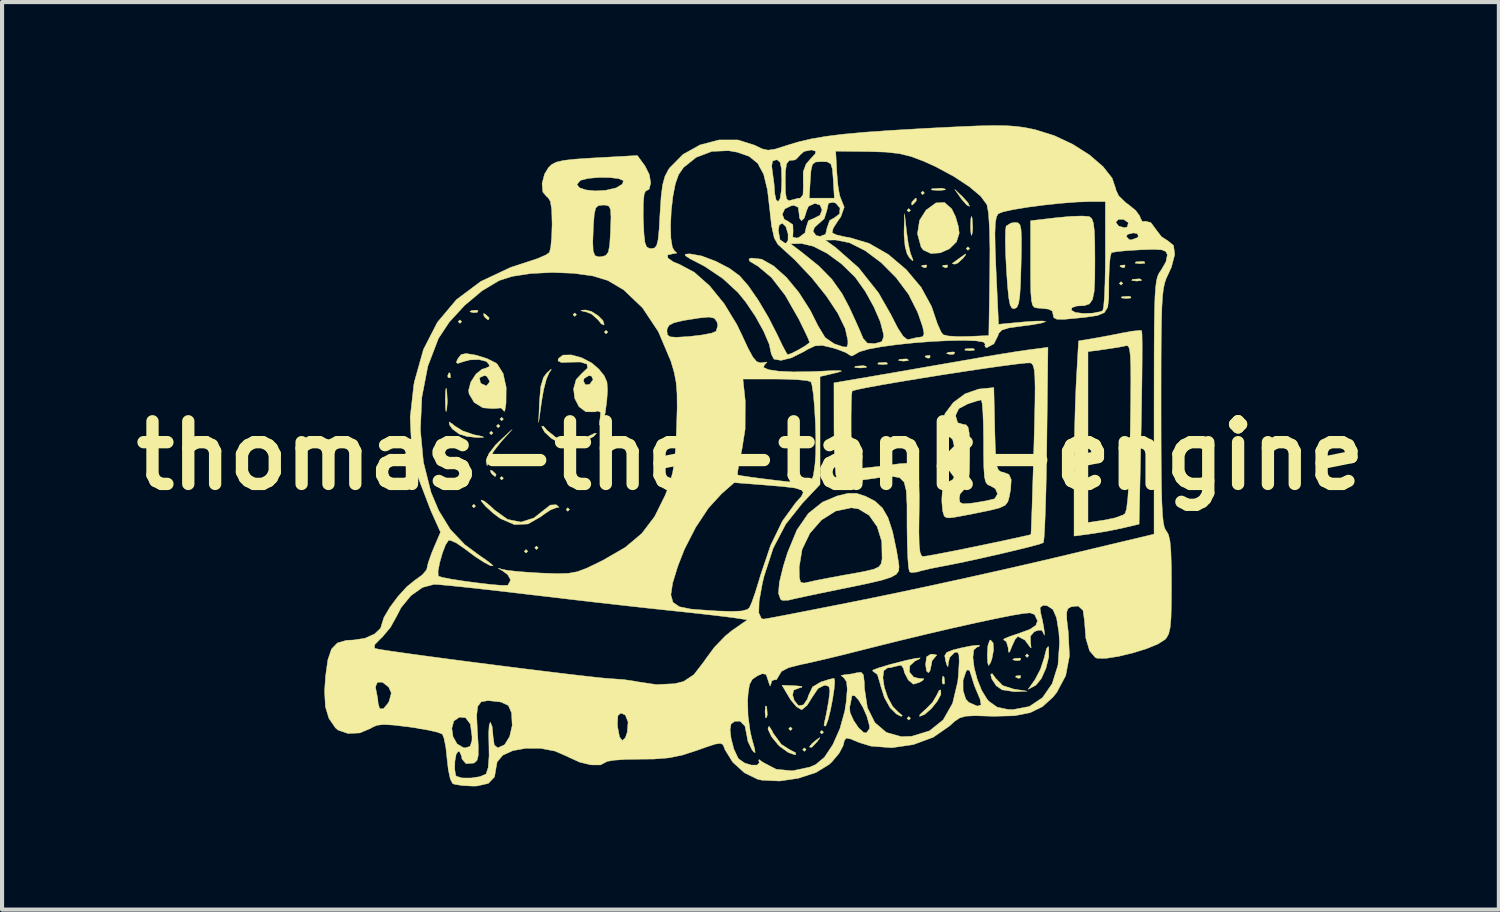
<source format=kicad_pcb>
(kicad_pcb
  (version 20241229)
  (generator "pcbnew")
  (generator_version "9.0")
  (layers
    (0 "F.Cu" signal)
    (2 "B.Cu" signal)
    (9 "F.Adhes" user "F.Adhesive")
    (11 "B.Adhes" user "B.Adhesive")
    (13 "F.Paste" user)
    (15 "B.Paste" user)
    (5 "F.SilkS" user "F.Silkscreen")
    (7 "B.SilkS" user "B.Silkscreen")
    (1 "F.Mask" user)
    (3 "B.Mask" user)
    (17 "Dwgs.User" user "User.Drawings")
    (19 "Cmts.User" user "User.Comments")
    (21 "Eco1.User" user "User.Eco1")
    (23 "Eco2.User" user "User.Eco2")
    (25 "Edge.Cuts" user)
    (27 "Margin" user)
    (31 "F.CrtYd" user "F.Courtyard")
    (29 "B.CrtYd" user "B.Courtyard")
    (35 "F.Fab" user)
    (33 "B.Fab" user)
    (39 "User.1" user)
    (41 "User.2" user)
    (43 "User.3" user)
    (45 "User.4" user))
  (footprint "thomas-the-tank-engine"
    (layer "F.Cu")
    (at 15.211 8.036)
    (property "Reference" "thomas-the-tank-engine" (at 0 0 0) (layer "F.SilkS") (effects (font (size 1.524 1.524) (thickness 0.3))))
    (attr through_hole)
    (fp_poly (pts (xy -7.027 -3.26) (xy -7.07 -3.217) (xy -7.112 -3.26) (xy -7.07 -3.302) (xy -7.027 -3.26)) (stroke (width 0.01) (type solid)) (fill yes) (layer "F.SilkS"))
    (fp_poly (pts (xy -6.689 1.228) (xy -6.731 1.27) (xy -6.773 1.228) (xy -6.731 1.185) (xy -6.689 1.228)) (stroke (width 0.01) (type solid)) (fill yes) (layer "F.SilkS"))
    (fp_poly (pts (xy -6.265 -0.55) (xy -6.308 -0.508) (xy -6.35 -0.55) (xy -6.308 -0.593) (xy -6.265 -0.55)) (stroke (width 0.01) (type solid)) (fill yes) (layer "F.SilkS"))
    (fp_poly (pts (xy -6.096 -0.72) (xy -6.138 -0.677) (xy -6.181 -0.72) (xy -6.138 -0.762) (xy -6.096 -0.72)) (stroke (width 0.01) (type solid)) (fill yes) (layer "F.SilkS"))
    (fp_poly (pts (xy -6.011 -0.889) (xy -6.054 -0.847) (xy -6.096 -0.889) (xy -6.054 -0.931) (xy -6.011 -0.889)) (stroke (width 0.01) (type solid)) (fill yes) (layer "F.SilkS"))
    (fp_poly (pts (xy -6.011 0.55) (xy -6.054 0.593) (xy -6.096 0.55) (xy -6.054 0.508) (xy -6.011 0.55)) (stroke (width 0.01) (type solid)) (fill yes) (layer "F.SilkS"))
    (fp_poly (pts (xy -5.419 2.328) (xy -5.461 2.371) (xy -5.503 2.328) (xy -5.461 2.286) (xy -5.419 2.328)) (stroke (width 0.01) (type solid)) (fill yes) (layer "F.SilkS"))
    (fp_poly (pts (xy -5.165 2.244) (xy -5.207 2.286) (xy -5.249 2.244) (xy -5.207 2.201) (xy -5.165 2.244)) (stroke (width 0.01) (type solid)) (fill yes) (layer "F.SilkS"))
    (fp_poly (pts (xy -4.403 1.312) (xy -4.445 1.355) (xy -4.487 1.312) (xy -4.445 1.27) (xy -4.403 1.312)) (stroke (width 0.01) (type solid)) (fill yes) (layer "F.SilkS"))
    (fp_poly (pts (xy -4.233 -3.429) (xy -4.276 -3.387) (xy -4.318 -3.429) (xy -4.276 -3.471) (xy -4.233 -3.429)) (stroke (width 0.01) (type solid)) (fill yes) (layer "F.SilkS"))
    (fp_poly (pts (xy -3.471 -3.006) (xy -3.514 -2.963) (xy -3.556 -3.006) (xy -3.514 -3.048) (xy -3.471 -3.006)) (stroke (width 0.01) (type solid)) (fill yes) (layer "F.SilkS"))
    (fp_poly (pts (xy 1.016 6.646) (xy 0.974 6.689) (xy 0.931 6.646) (xy 0.974 6.604) (xy 1.016 6.646)) (stroke (width 0.01) (type solid)) (fill yes) (layer "F.SilkS"))
    (fp_poly (pts (xy 1.355 7.154) (xy 1.312 7.197) (xy 1.27 7.154) (xy 1.312 7.112) (xy 1.355 7.154)) (stroke (width 0.01) (type solid)) (fill yes) (layer "F.SilkS"))
    (fp_poly (pts (xy 1.778 6.731) (xy 1.736 6.773) (xy 1.693 6.731) (xy 1.736 6.689) (xy 1.778 6.731)) (stroke (width 0.01) (type solid)) (fill yes) (layer "F.SilkS"))
    (fp_poly (pts (xy 3.895 -5.969) (xy 3.852 -5.927) (xy 3.81 -5.969) (xy 3.852 -6.011) (xy 3.895 -5.969)) (stroke (width 0.01) (type solid)) (fill yes) (layer "F.SilkS"))
    (fp_poly (pts (xy 3.895 6.392) (xy 3.852 6.435) (xy 3.81 6.392) (xy 3.852 6.35) (xy 3.895 6.392)) (stroke (width 0.01) (type solid)) (fill yes) (layer "F.SilkS"))
    (fp_poly (pts (xy 4.233 -6.392) (xy 4.191 -6.35) (xy 4.149 -6.392) (xy 4.191 -6.435) (xy 4.233 -6.392)) (stroke (width 0.01) (type solid)) (fill yes) (layer "F.SilkS"))
    (fp_poly (pts (xy 5.334 -5.038) (xy 5.292 -4.995) (xy 5.249 -5.038) (xy 5.292 -5.08) (xy 5.334 -5.038)) (stroke (width 0.01) (type solid)) (fill yes) (layer "F.SilkS"))
    (fp_poly (pts (xy 6.773 4.868) (xy 6.731 4.911) (xy 6.689 4.868) (xy 6.731 4.826) (xy 6.773 4.868)) (stroke (width 0.01) (type solid)) (fill yes) (layer "F.SilkS"))
    (fp_poly (pts (xy 9.059 -4.191) (xy 9.017 -4.149) (xy 8.975 -4.191) (xy 9.017 -4.233) (xy 9.059 -4.191)) (stroke (width 0.01) (type solid)) (fill yes) (layer "F.SilkS"))
    (fp_poly (pts (xy -7.31 -2.004) (xy -7.299 -1.903) (xy -7.31 -1.891) (xy -7.36 -1.903) (xy -7.366 -1.947) (xy -7.335 -2.017) (xy -7.31 -2.004)) (stroke (width 0.01) (type solid)) (fill yes) (layer "F.SilkS"))
    (fp_poly (pts (xy -6.627 -3.522) (xy -6.652 -3.484) (xy -6.738 -3.478) (xy -6.828 -3.499) (xy -6.789 -3.529) (xy -6.657 -3.539) (xy -6.627 -3.522)) (stroke (width 0.01) (type solid)) (fill yes) (layer "F.SilkS"))
    (fp_poly (pts (xy 3.323 -2.257) (xy 3.334 -2.227) (xy 3.217 -2.215) (xy 3.097 -2.228) (xy 3.111 -2.257) (xy 3.285 -2.269) (xy 3.323 -2.257)) (stroke (width 0.01) (type solid)) (fill yes) (layer "F.SilkS"))
    (fp_poly (pts (xy 3.831 -2.342) (xy 3.842 -2.311) (xy 3.725 -2.299) (xy 3.605 -2.313) (xy 3.619 -2.342) (xy 3.793 -2.353) (xy 3.831 -2.342)) (stroke (width 0.01) (type solid)) (fill yes) (layer "F.SilkS"))
    (fp_poly (pts (xy 4.29 -4.628) (xy 4.278 -4.578) (xy 4.233 -4.572) (xy 4.164 -4.603) (xy 4.177 -4.628) (xy 4.277 -4.639) (xy 4.29 -4.628)) (stroke (width 0.01) (type solid)) (fill yes) (layer "F.SilkS"))
    (fp_poly (pts (xy 4.374 -2.427) (xy 4.363 -2.377) (xy 4.318 -2.371) (xy 4.248 -2.402) (xy 4.262 -2.427) (xy 4.362 -2.437) (xy 4.374 -2.427)) (stroke (width 0.01) (type solid)) (fill yes) (layer "F.SilkS"))
    (fp_poly (pts (xy 4.715 5.403) (xy 4.725 5.535) (xy 4.708 5.565) (xy 4.669 5.54) (xy 4.663 5.454) (xy 4.684 5.364) (xy 4.715 5.403)) (stroke (width 0.01) (type solid)) (fill yes) (layer "F.SilkS"))
    (fp_poly (pts (xy 4.798 -4.628) (xy 4.786 -4.578) (xy 4.741 -4.572) (xy 4.672 -4.603) (xy 4.685 -4.628) (xy 4.785 -4.639) (xy 4.798 -4.628)) (stroke (width 0.01) (type solid)) (fill yes) (layer "F.SilkS"))
    (fp_poly (pts (xy 4.972 -2.506) (xy 4.947 -2.468) (xy 4.861 -2.462) (xy 4.771 -2.483) (xy 4.81 -2.513) (xy 4.942 -2.523) (xy 4.972 -2.506)) (stroke (width 0.01) (type solid)) (fill yes) (layer "F.SilkS"))
    (fp_poly (pts (xy 5.44 -2.596) (xy 5.45 -2.565) (xy 5.334 -2.553) (xy 5.214 -2.567) (xy 5.228 -2.596) (xy 5.402 -2.607) (xy 5.44 -2.596)) (stroke (width 0.01) (type solid)) (fill yes) (layer "F.SilkS"))
    (fp_poly (pts (xy 6.576 5.362) (xy 6.564 5.413) (xy 6.519 5.419) (xy 6.45 5.388) (xy 6.463 5.362) (xy 6.563 5.352) (xy 6.576 5.362)) (stroke (width 0.01) (type solid)) (fill yes) (layer "F.SilkS"))
    (fp_poly (pts (xy 6.581 4.944) (xy 6.556 4.983) (xy 6.47 4.989) (xy 6.38 4.968) (xy 6.419 4.937) (xy 6.551 4.927) (xy 6.581 4.944)) (stroke (width 0.01) (type solid)) (fill yes) (layer "F.SilkS"))
    (fp_poly (pts (xy 9.116 -4.628) (xy 9.104 -4.578) (xy 9.059 -4.572) (xy 8.99 -4.603) (xy 9.003 -4.628) (xy 9.103 -4.639) (xy 9.116 -4.628)) (stroke (width 0.01) (type solid)) (fill yes) (layer "F.SilkS"))
    (fp_poly (pts (xy 9.25 -3.866) (xy 9.26 -3.835) (xy 9.144 -3.823) (xy 9.024 -3.837) (xy 9.038 -3.866) (xy 9.212 -3.877) (xy 9.25 -3.866)) (stroke (width 0.01) (type solid)) (fill yes) (layer "F.SilkS"))
    (fp_poly (pts (xy 9.504 -4.289) (xy 9.514 -4.259) (xy 9.398 -4.247) (xy 9.278 -4.26) (xy 9.292 -4.289) (xy 9.466 -4.301) (xy 9.504 -4.289)) (stroke (width 0.01) (type solid)) (fill yes) (layer "F.SilkS"))
    (fp_poly (pts (xy 9.588 -4.713) (xy 9.599 -4.682) (xy 9.483 -4.67) (xy 9.362 -4.683) (xy 9.377 -4.713) (xy 9.55 -4.724) (xy 9.588 -4.713)) (stroke (width 0.01) (type solid)) (fill yes) (layer "F.SilkS"))
    (fp_poly (pts (xy -6.448 -3.437) (xy -6.357 -3.352) (xy -6.376 -3.303) (xy -6.387 -3.302) (xy -6.459 -3.362) (xy -6.485 -3.4) (xy -6.495 -3.458) (xy -6.448 -3.437)) (stroke (width 0.01) (type solid)) (fill yes) (layer "F.SilkS"))
    (fp_poly (pts (xy -6.278 0.373) (xy -6.188 0.458) (xy -6.206 0.507) (xy -6.218 0.508) (xy -6.29 0.448) (xy -6.316 0.41) (xy -6.326 0.352) (xy -6.278 0.373)) (stroke (width 0.01) (type solid)) (fill yes) (layer "F.SilkS"))
    (fp_poly (pts (xy -7.39 -1.587) (xy -7.376 -1.314) (xy -7.39 -1.122) (xy -7.408 -1.069) (xy -7.421 -1.165) (xy -7.425 -1.355) (xy -7.42 -1.564) (xy -7.406 -1.642) (xy -7.39 -1.587)) (stroke (width 0.01) (type solid)) (fill yes) (layer "F.SilkS"))
    (fp_poly (pts (xy 0.393 6.104) (xy 0.397 6.119) (xy 0.41 6.303) (xy 0.394 6.373) (xy 0.366 6.376) (xy 0.355 6.243) (xy 0.355 6.223) (xy 0.367 6.092) (xy 0.393 6.104)) (stroke (width 0.01) (type solid)) (fill yes) (layer "F.SilkS"))
    (fp_poly (pts (xy 1.667 6.902) (xy 1.619 6.964) (xy 1.496 7.095) (xy 1.441 7.095) (xy 1.439 7.08) (xy 1.497 7.009) (xy 1.587 6.932) (xy 1.688 6.859) (xy 1.667 6.902)) (stroke (width 0.01) (type solid)) (fill yes) (layer "F.SilkS"))
    (fp_poly (pts (xy 2.817 -2.172) (xy 2.82 -2.144) (xy 2.687 -2.133) (xy 2.667 -2.133) (xy 2.536 -2.145) (xy 2.548 -2.171) (xy 2.563 -2.175) (xy 2.747 -2.188) (xy 2.817 -2.172)) (stroke (width 0.01) (type solid)) (fill yes) (layer "F.SilkS"))
    (fp_poly (pts (xy 4.037 -6.211) (xy 4.022 -6.181) (xy 3.942 -6.1) (xy 3.927 -6.096) (xy 3.921 -6.151) (xy 3.937 -6.181) (xy 4.017 -6.262) (xy 4.032 -6.265) (xy 4.037 -6.211)) (stroke (width 0.01) (type solid)) (fill yes) (layer "F.SilkS"))
    (fp_poly (pts (xy 4.72 -6.493) (xy 4.747 -6.468) (xy 4.629 -6.455) (xy 4.572 -6.454) (xy 4.418 -6.463) (xy 4.4 -6.485) (xy 4.424 -6.493) (xy 4.639 -6.506) (xy 4.72 -6.493)) (stroke (width 0.01) (type solid)) (fill yes) (layer "F.SilkS"))
    (fp_poly (pts (xy 5.169 -6.289) (xy 5.294 -6.151) (xy 5.331 -6.067) (xy 5.329 -6.064) (xy 5.261 -6.1) (xy 5.144 -6.234) (xy 5.131 -6.252) (xy 4.971 -6.477) (xy 5.169 -6.289)) (stroke (width 0.01) (type solid)) (fill yes) (layer "F.SilkS"))
    (fp_poly (pts (xy 5.394 -5.779) (xy 5.408 -5.532) (xy 5.394 -5.397) (xy 5.373 -5.357) (xy 5.36 -5.464) (xy 5.357 -5.588) (xy 5.364 -5.771) (xy 5.381 -5.821) (xy 5.394 -5.779)) (stroke (width 0.01) (type solid)) (fill yes) (layer "F.SilkS"))
    (fp_poly (pts (xy 5.232 -4.879) (xy 5.175 -4.805) (xy 5.046 -4.686) (xy 4.971 -4.657) (xy 4.911 -4.673) (xy 4.918 -4.681) (xy 5.006 -4.744) (xy 5.122 -4.829) (xy 5.237 -4.908) (xy 5.232 -4.879)) (stroke (width 0.01) (type solid)) (fill yes) (layer "F.SilkS"))
    (fp_poly (pts (xy 5.905 4.558) (xy 5.916 4.731) (xy 5.875 4.948) (xy 5.842 5.038) (xy 5.796 5.109) (xy 5.772 5.04) (xy 5.763 4.847) (xy 5.777 4.627) (xy 5.82 4.5) (xy 5.842 4.487) (xy 5.905 4.558)) (stroke (width 0.01) (type solid)) (fill yes) (layer "F.SilkS"))
    (fp_poly (pts (xy -6.067 -0.339) (xy -6.237 -0.124) (xy -6.353 0.07) (xy -6.374 0.127) (xy -6.407 0.247) (xy -6.42 0.199) (xy -6.425 0.122) (xy -6.368 -0.043) (xy -6.206 -0.255) (xy -6.117 -0.343) (xy -5.8 -0.635) (xy -6.067 -0.339)) (stroke (width 0.01) (type solid)) (fill yes) (layer "F.SilkS"))
    (fp_poly (pts (xy -4.854 -2.079) (xy -4.898 -2.018) (xy -4.966 -1.862) (xy -5.034 -1.6) (xy -5.079 -1.341) (xy -5.155 -0.804) (xy -5.133 -1.336) (xy -5.102 -1.683) (xy -5.035 -1.904) (xy -4.952 -2.013) (xy -4.848 -2.104) (xy -4.854 -2.079)) (stroke (width 0.01) (type solid)) (fill yes) (layer "F.SilkS"))
    (fp_poly (pts (xy 5.959 5.409) (xy 5.965 5.419) (xy 6.139 5.597) (xy 6.406 5.682) (xy 6.731 5.733) (xy 6.427 5.745) (xy 6.125 5.7) (xy 5.982 5.603) (xy 5.874 5.436) (xy 5.845 5.327) (xy 5.88 5.303) (xy 5.959 5.409)) (stroke (width 0.01) (type solid)) (fill yes) (layer "F.SilkS"))
    (fp_poly (pts (xy -3.869 -3.507) (xy -3.709 -3.406) (xy -3.589 -3.286) (xy -3.559 -3.189) (xy -3.567 -3.178) (xy -3.634 -3.209) (xy -3.704 -3.3) (xy -3.865 -3.444) (xy -3.997 -3.496) (xy -4.126 -3.524) (xy -4.093 -3.538) (xy -4.014 -3.544) (xy -3.869 -3.507)) (stroke (width 0.01) (type solid)) (fill yes) (layer "F.SilkS"))
    (fp_poly (pts (xy 3.802 -5.419) (xy 3.843 -5.14) (xy 3.892 -4.924) (xy 3.922 -4.847) (xy 3.958 -4.754) (xy 3.945 -4.741) (xy 3.875 -4.806) (xy 3.813 -4.905) (xy 3.763 -5.086) (xy 3.738 -5.354) (xy 3.738 -5.477) (xy 3.75 -5.884) (xy 3.802 -5.419)) (stroke (width 0.01) (type solid)) (fill yes) (layer "F.SilkS"))
    (fp_poly (pts (xy 4.535 4.853) (xy 4.508 4.882) (xy 4.419 4.992) (xy 4.403 5.082) (xy 4.369 5.236) (xy 4.332 5.283) (xy 4.283 5.242) (xy 4.262 5.084) (xy 4.262 5.076) (xy 4.287 4.895) (xy 4.384 4.834) (xy 4.438 4.833) (xy 4.535 4.853)) (stroke (width 0.01) (type solid)) (fill yes) (layer "F.SilkS"))
    (fp_poly (pts (xy 4.634 5.811) (xy 4.545 5.978) (xy 4.402 6.156) (xy 4.243 6.295) (xy 4.116 6.347) (xy 4.122 6.305) (xy 4.234 6.198) (xy 4.259 6.178) (xy 4.431 6.004) (xy 4.532 5.833) (xy 4.591 5.713) (xy 4.629 5.701) (xy 4.634 5.811)) (stroke (width 0.01) (type solid)) (fill yes) (layer "F.SilkS"))
    (fp_poly (pts (xy 7.258 4.671) (xy 7.258 4.899) (xy 7.191 5.173) (xy 7.079 5.424) (xy 6.948 5.584) (xy 6.932 5.594) (xy 6.758 5.687) (xy 6.927 5.447) (xy 7.057 5.198) (xy 7.153 4.905) (xy 7.16 4.868) (xy 7.206 4.693) (xy 7.246 4.645) (xy 7.258 4.671)) (stroke (width 0.01) (type solid)) (fill yes) (layer "F.SilkS"))
    (fp_poly (pts (xy -7.257 -0.773) (xy -7.2 -0.723) (xy -6.999 -0.6) (xy -6.738 -0.51) (xy -6.71 -0.504) (xy -6.521 -0.465) (xy -6.491 -0.446) (xy -6.61 -0.439) (xy -6.646 -0.439) (xy -6.9 -0.466) (xy -7.086 -0.524) (xy -7.253 -0.647) (xy -7.322 -0.747) (xy -7.334 -0.819) (xy -7.257 -0.773)) (stroke (width 0.01) (type solid)) (fill yes) (layer "F.SilkS"))
    (fp_poly (pts (xy 0.523 6.693) (xy 0.551 6.755) (xy 0.752 7.027) (xy 0.95 7.154) (xy 1.102 7.234) (xy 1.104 7.275) (xy 1.073 7.278) (xy 0.918 7.223) (xy 0.723 7.083) (xy 0.671 7.034) (xy 0.514 6.841) (xy 0.431 6.668) (xy 0.427 6.632) (xy 0.453 6.586) (xy 0.523 6.693)) (stroke (width 0.01) (type solid)) (fill yes) (layer "F.SilkS"))
    (fp_poly (pts (xy 4.897 -6.003) (xy 4.99 -5.814) (xy 5.057 -5.583) (xy 5.08 -5.413) (xy 5.013 -5.199) (xy 4.843 -5.033) (xy 4.62 -4.933) (xy 4.391 -4.917) (xy 4.206 -5.003) (xy 4.152 -5.074) (xy 4.064 -5.397) (xy 4.115 -5.725) (xy 4.272 -5.973) (xy 4.514 -6.149) (xy 4.723 -6.159) (xy 4.897 -6.003)) (stroke (width 0.01) (type solid)) (fill yes) (layer "F.SilkS"))
    (fp_poly (pts (xy -4.951 -0.615) (xy -4.733 -0.439) (xy -4.43 -0.367) (xy -4.101 -0.406) (xy -3.963 -0.461) (xy -3.791 -0.542) (xy -3.747 -0.545) (xy -3.813 -0.469) (xy -3.816 -0.466) (xy -4.008 -0.359) (xy -4.281 -0.293) (xy -4.547 -0.285) (xy -4.657 -0.31) (xy -4.847 -0.422) (xy -5.008 -0.572) (xy -5.08 -0.704) (xy -5.08 -0.709) (xy -5.041 -0.718) (xy -4.951 -0.615)) (stroke (width 0.01) (type solid)) (fill yes) (layer "F.SilkS"))
    (fp_poly (pts (xy -6.477 1.109) (xy -6.326 1.231) (xy -6.229 1.324) (xy -5.909 1.553) (xy -5.585 1.618) (xy -5.269 1.518) (xy -5.079 1.367) (xy -4.871 1.204) (xy -4.727 1.196) (xy -4.726 1.197) (xy -4.658 1.256) (xy -4.729 1.269) (xy -4.865 1.321) (xy -5.053 1.448) (xy -5.095 1.482) (xy -5.413 1.664) (xy -5.742 1.68) (xy -6.089 1.53) (xy -6.253 1.407) (xy -6.437 1.241) (xy -6.543 1.119) (xy -6.555 1.08) (xy -6.477 1.109)) (stroke (width 0.01) (type solid)) (fill yes) (layer "F.SilkS"))
    (fp_poly (pts (xy 6.512 -5.663) (xy 6.558 -5.616) (xy 6.584 -5.504) (xy 6.594 -5.298) (xy 6.592 -4.972) (xy 6.585 -4.637) (xy 6.572 -4.193) (xy 6.554 -3.892) (xy 6.526 -3.706) (xy 6.484 -3.61) (xy 6.426 -3.574) (xy 6.425 -3.574) (xy 6.365 -3.585) (xy 6.32 -3.661) (xy 6.286 -3.83) (xy 6.257 -4.116) (xy 6.229 -4.524) (xy 6.209 -4.918) (xy 6.202 -5.252) (xy 6.207 -5.488) (xy 6.222 -5.586) (xy 6.342 -5.659) (xy 6.442 -5.673) (xy 6.512 -5.663)) (stroke (width 0.01) (type solid)) (fill yes) (layer "F.SilkS"))
    (fp_poly (pts (xy -4.108 -2.382) (xy -3.862 -2.253) (xy -3.694 -2.109) (xy -3.557 -1.94) (xy -3.491 -1.787) (xy -3.478 -1.585) (xy -3.496 -1.332) (xy -3.533 -1.048) (xy -3.583 -0.831) (xy -3.623 -0.746) (xy -3.672 -0.745) (xy -3.661 -0.892) (xy -3.646 -1.05) (xy -3.71 -1.085) (xy -3.794 -1.063) (xy -4.007 -1.066) (xy -4.172 -1.19) (xy -4.276 -1.392) (xy -4.304 -1.626) (xy -4.252 -1.813) (xy -4.064 -1.813) (xy -4.015 -1.721) (xy -3.913 -1.735) (xy -3.829 -1.847) (xy -3.866 -1.933) (xy -3.93 -1.947) (xy -4.047 -1.879) (xy -4.064 -1.813) (xy -4.252 -1.813) (xy -4.242 -1.85) (xy -4.102 -2) (xy -3.963 -2.131) (xy -3.979 -2.227) (xy -4.14 -2.277) (xy -4.385 -2.273) (xy -4.601 -2.265) (xy -4.682 -2.304) (xy -4.676 -2.358) (xy -4.563 -2.446) (xy -4.357 -2.45) (xy -4.108 -2.382)) (stroke (width 0.01) (type solid)) (fill yes) (layer "F.SilkS"))
    (fp_poly (pts (xy 2.051 5.492) (xy 2.036 5.68) (xy 1.998 5.932) (xy 1.946 6.197) (xy 1.889 6.425) (xy 1.836 6.567) (xy 1.823 6.584) (xy 1.789 6.569) (xy 1.804 6.477) (xy 1.846 6.286) (xy 1.894 6.022) (xy 1.906 5.948) (xy 1.932 5.722) (xy 1.908 5.617) (xy 1.821 5.588) (xy 1.801 5.588) (xy 1.644 5.667) (xy 1.499 5.884) (xy 1.38 6.075) (xy 1.261 6.176) (xy 1.237 6.181) (xy 1.122 6.113) (xy 0.982 5.946) (xy 0.943 5.884) (xy 0.768 5.588) (xy 1.082 5.6) (xy 1.248 5.614) (xy 1.254 5.636) (xy 1.206 5.648) (xy 1.052 5.706) (xy 1.026 5.827) (xy 1.067 5.962) (xy 1.169 6.085) (xy 1.29 6.066) (xy 1.389 5.92) (xy 1.409 5.847) (xy 1.512 5.628) (xy 1.716 5.508) (xy 1.912 5.446) (xy 2.033 5.419) (xy 2.034 5.419) (xy 2.051 5.492)) (stroke (width 0.01) (type solid)) (fill yes) (layer "F.SilkS"))
    (fp_poly (pts (xy 4.101 4.954) (xy 4.007 4.996) (xy 3.877 5.114) (xy 3.869 5.267) (xy 3.97 5.389) (xy 4.095 5.421) (xy 4.221 5.43) (xy 4.189 5.473) (xy 4.114 5.518) (xy 3.964 5.563) (xy 3.845 5.465) (xy 3.839 5.457) (xy 3.747 5.281) (xy 3.725 5.182) (xy 3.669 5.101) (xy 3.591 5.113) (xy 3.401 5.16) (xy 3.337 5.165) (xy 3.245 5.232) (xy 3.222 5.403) (xy 3.257 5.635) (xy 3.34 5.883) (xy 3.459 6.102) (xy 3.603 6.249) (xy 3.612 6.254) (xy 3.695 6.325) (xy 3.668 6.347) (xy 3.552 6.288) (xy 3.404 6.141) (xy 3.392 6.126) (xy 3.258 5.885) (xy 3.168 5.601) (xy 3.163 5.575) (xy 3.089 5.327) (xy 2.974 5.242) (xy 2.98 5.219) (xy 3.122 5.165) (xy 3.369 5.091) (xy 3.429 5.074) (xy 3.782 4.984) (xy 4.02 4.933) (xy 4.131 4.922) (xy 4.101 4.954)) (stroke (width 0.01) (type solid)) (fill yes) (layer "F.SilkS"))
    (fp_poly (pts (xy -6.699 -2.448) (xy -6.67 -2.442) (xy -6.409 -2.36) (xy -6.201 -2.257) (xy -6.162 -2.227) (xy -6.019 -1.999) (xy -5.944 -1.662) (xy -5.948 -1.269) (xy -5.949 -1.264) (xy -5.975 -1.104) (xy -5.995 -1.071) (xy -5.998 -1.086) (xy -6.067 -1.159) (xy -6.26 -1.144) (xy -6.509 -1.162) (xy -6.724 -1.295) (xy -6.847 -1.502) (xy -6.858 -1.59) (xy -6.806 -1.788) (xy -6.736 -1.896) (xy -6.594 -1.896) (xy -6.573 -1.779) (xy -6.548 -1.75) (xy -6.424 -1.696) (xy -6.353 -1.784) (xy -6.35 -1.82) (xy -6.418 -1.933) (xy -6.477 -1.947) (xy -6.594 -1.896) (xy -6.736 -1.896) (xy -6.682 -1.98) (xy -6.533 -2.102) (xy -6.472 -2.117) (xy -6.363 -2.163) (xy -6.35 -2.2) (xy -6.423 -2.29) (xy -6.602 -2.336) (xy -6.827 -2.329) (xy -6.969 -2.292) (xy -7.126 -2.241) (xy -7.158 -2.272) (xy -7.116 -2.363) (xy -7.04 -2.459) (xy -6.92 -2.484) (xy -6.699 -2.448)) (stroke (width 0.01) (type solid)) (fill yes) (layer "F.SilkS"))
    (fp_poly (pts (xy 9.52 -3.039) (xy 9.528 -2.948) (xy 9.532 -2.71) (xy 9.531 -2.346) (xy 9.527 -1.88) (xy 9.519 -1.332) (xy 9.508 -0.725) (xy 9.507 -0.667) (xy 9.457 1.668) (xy 9.068 1.76) (xy 8.722 1.832) (xy 8.354 1.894) (xy 8.276 1.905) (xy 7.874 1.958) (xy 7.874 0.534) (xy 7.878 -0.034) (xy 7.888 -0.633) (xy 7.903 -1.203) (xy 7.922 -1.686) (xy 7.93 -1.84) (xy 7.969 -2.53) (xy 8.213 -2.53) (xy 8.213 1.628) (xy 8.615 1.569) (xy 8.874 1.515) (xy 9.067 1.444) (xy 9.115 1.412) (xy 9.152 1.297) (xy 9.183 1.032) (xy 9.209 0.612) (xy 9.229 0.032) (xy 9.244 -0.698) (xy 9.253 -1.337) (xy 9.256 -1.825) (xy 9.254 -2.182) (xy 9.244 -2.427) (xy 9.226 -2.578) (xy 9.199 -2.655) (xy 9.162 -2.676) (xy 9.146 -2.674) (xy 8.988 -2.642) (xy 8.737 -2.602) (xy 8.615 -2.584) (xy 8.213 -2.53) (xy 7.969 -2.53) (xy 7.984 -2.791) (xy 8.289 -2.841) (xy 8.557 -2.889) (xy 8.888 -2.952) (xy 9.039 -2.983) (xy 9.293 -3.028) (xy 9.47 -3.046) (xy 9.52 -3.039)) (stroke (width 0.01) (type solid)) (fill yes) (layer "F.SilkS"))
    (fp_poly (pts (xy 2.582 0.919) (xy 2.794 0.987) (xy 3.029 1.108) (xy 3.209 1.273) (xy 3.346 1.509) (xy 3.457 1.846) (xy 3.555 2.311) (xy 3.597 2.562) (xy 3.616 2.7) (xy 3.607 2.805) (xy 3.548 2.889) (xy 3.419 2.96) (xy 3.197 3.031) (xy 2.861 3.11) (xy 2.39 3.208) (xy 2.149 3.257) (xy 1.73 3.343) (xy 1.364 3.42) (xy 1.088 3.48) (xy 0.935 3.516) (xy 0.925 3.519) (xy 0.777 3.523) (xy 0.735 3.5) (xy 0.682 3.354) (xy 0.703 3.087) (xy 0.791 2.728) (xy 1.185 2.728) (xy 1.19 2.971) (xy 1.221 3.083) (xy 1.305 3.102) (xy 1.418 3.077) (xy 1.606 3.035) (xy 1.907 2.977) (xy 2.268 2.91) (xy 2.413 2.885) (xy 2.772 2.819) (xy 2.998 2.766) (xy 3.122 2.709) (xy 3.179 2.632) (xy 3.202 2.518) (xy 3.203 2.505) (xy 3.195 2.09) (xy 3.083 1.729) (xy 2.888 1.454) (xy 2.626 1.296) (xy 2.455 1.27) (xy 2.075 1.349) (xy 1.73 1.566) (xy 1.448 1.887) (xy 1.257 2.282) (xy 1.185 2.717) (xy 1.185 2.728) (xy 0.791 2.728) (xy 0.801 2.687) (xy 0.904 2.358) (xy 1.13 1.81) (xy 1.408 1.408) (xy 1.753 1.132) (xy 2.11 0.982) (xy 2.38 0.917) (xy 2.582 0.919)) (stroke (width 0.01) (type solid)) (fill yes) (layer "F.SilkS"))
    (fp_poly (pts (xy 5.945 -0.637) (xy 5.957 -0.208) (xy 5.971 0.081) (xy 5.995 0.258) (xy 6.034 0.353) (xy 6.093 0.394) (xy 6.16 0.408) (xy 6.29 0.459) (xy 6.345 0.585) (xy 6.331 0.82) (xy 6.299 0.996) (xy 6.264 1.122) (xy 6.198 1.208) (xy 6.063 1.272) (xy 5.824 1.333) (xy 5.558 1.387) (xy 5.197 1.458) (xy 4.968 1.5) (xy 4.837 1.516) (xy 4.768 1.51) (xy 4.729 1.483) (xy 4.713 1.468) (xy 4.678 1.355) (xy 4.658 1.139) (xy 4.657 1.05) (xy 4.674 0.807) (xy 4.74 0.68) (xy 4.83 0.634) (xy 4.925 0.584) (xy 4.973 0.485) (xy 4.986 0.293) (xy 4.978 0.057) (xy 4.957 -0.235) (xy 4.92 -0.392) (xy 4.855 -0.451) (xy 4.805 -0.454) (xy 4.701 -0.486) (xy 4.66 -0.63) (xy 4.657 -0.733) (xy 4.716 -0.957) (xy 4.995 -0.957) (xy 5.042 -0.8) (xy 5.165 -0.762) (xy 5.245 -0.749) (xy 5.295 -0.69) (xy 5.322 -0.551) (xy 5.332 -0.301) (xy 5.334 0.003) (xy 5.328 0.386) (xy 5.306 0.63) (xy 5.265 0.764) (xy 5.207 0.816) (xy 5.102 0.931) (xy 5.08 1.035) (xy 5.096 1.135) (xy 5.173 1.173) (xy 5.355 1.162) (xy 5.482 1.144) (xy 5.732 1.101) (xy 5.907 1.06) (xy 5.948 1.045) (xy 6.013 0.931) (xy 5.957 0.803) (xy 5.842 0.737) (xy 5.771 0.707) (xy 5.723 0.641) (xy 5.693 0.511) (xy 5.679 0.286) (xy 5.673 -0.061) (xy 5.673 -0.331) (xy 5.668 -0.725) (xy 5.656 -1.048) (xy 5.638 -1.269) (xy 5.616 -1.355) (xy 5.615 -1.355) (xy 5.504 -1.328) (xy 5.307 -1.264) (xy 5.277 -1.253) (xy 5.069 -1.142) (xy 4.997 -0.99) (xy 4.995 -0.957) (xy 4.716 -0.957) (xy 4.734 -1.022) (xy 4.937 -1.292) (xy 5.223 -1.504) (xy 5.552 -1.618) (xy 5.6 -1.624) (xy 5.922 -1.655) (xy 5.945 -0.637)) (stroke (width 0.01) (type solid)) (fill yes) (layer "F.SilkS"))
    (fp_poly (pts (xy 7.211 -0.28) (xy 7.202 0.334) (xy 7.19 0.892) (xy 7.175 1.372) (xy 7.16 1.75) (xy 7.144 2.006) (xy 7.128 2.118) (xy 7.126 2.12) (xy 7.024 2.157) (xy 6.791 2.22) (xy 6.461 2.301) (xy 6.07 2.394) (xy 5.65 2.489) (xy 5.238 2.579) (xy 4.868 2.655) (xy 4.657 2.695) (xy 4.373 2.751) (xy 4.146 2.805) (xy 4.06 2.832) (xy 3.914 2.847) (xy 3.869 2.825) (xy 3.847 2.722) (xy 3.828 2.484) (xy 3.816 2.145) (xy 3.81 1.738) (xy 3.81 1.677) (xy 3.809 1.195) (xy 3.792 0.86) (xy 3.74 0.648) (xy 3.633 0.538) (xy 3.451 0.506) (xy 3.173 0.53) (xy 2.847 0.577) (xy 2.49 0.623) (xy 2.267 0.634) (xy 2.144 0.609) (xy 2.101 0.571) (xy 2.076 0.45) (xy 2.055 0.196) (xy 2.04 -0.157) (xy 2.034 -0.574) (xy 2.033 -0.652) (xy 2.033 -0.956) (xy 2.449 -0.956) (xy 2.449 -0.612) (xy 2.453 -0.27) (xy 2.461 0.026) (xy 2.473 0.235) (xy 2.485 0.312) (xy 2.579 0.317) (xy 2.801 0.3) (xy 3.109 0.265) (xy 3.258 0.245) (xy 3.63 0.198) (xy 3.868 0.184) (xy 4.002 0.202) (xy 4.059 0.247) (xy 4.083 0.368) (xy 4.099 0.622) (xy 4.107 0.972) (xy 4.105 1.382) (xy 4.104 1.404) (xy 4.099 1.858) (xy 4.106 2.168) (xy 4.127 2.354) (xy 4.164 2.441) (xy 4.197 2.455) (xy 4.317 2.439) (xy 4.569 2.393) (xy 4.924 2.325) (xy 5.348 2.239) (xy 5.562 2.195) (xy 5.998 2.104) (xy 6.369 2.024) (xy 6.647 1.963) (xy 6.802 1.927) (xy 6.825 1.92) (xy 6.83 1.835) (xy 6.839 1.604) (xy 6.852 1.25) (xy 6.866 0.796) (xy 6.883 0.266) (xy 6.895 -0.149) (xy 6.912 -0.795) (xy 6.923 -1.292) (xy 6.926 -1.66) (xy 6.92 -1.919) (xy 6.905 -2.088) (xy 6.88 -2.188) (xy 6.845 -2.239) (xy 6.817 -2.255) (xy 6.709 -2.253) (xy 6.463 -2.226) (xy 6.106 -2.179) (xy 5.666 -2.117) (xy 5.171 -2.043) (xy 4.648 -1.962) (xy 4.125 -1.878) (xy 3.63 -1.796) (xy 3.19 -1.721) (xy 2.832 -1.655) (xy 2.585 -1.604) (xy 2.476 -1.573) (xy 2.475 -1.572) (xy 2.461 -1.478) (xy 2.453 -1.259) (xy 2.449 -0.956) (xy 2.033 -0.956) (xy 2.032 -1.77) (xy 2.307 -1.817) (xy 2.635 -1.873) (xy 3.084 -1.95) (xy 3.611 -2.041) (xy 4.17 -2.138) (xy 4.717 -2.233) (xy 5.206 -2.318) (xy 5.593 -2.385) (xy 5.715 -2.407) (xy 6.104 -2.472) (xy 6.492 -2.534) (xy 6.798 -2.578) (xy 6.816 -2.58) (xy 7.239 -2.635) (xy 7.211 -0.28)) (stroke (width 0.01) (type solid)) (fill yes) (layer "F.SilkS"))
    (fp_poly (pts (xy 6.222 -8.028) (xy 6.467 -8.011) (xy 6.684 -7.981) (xy 6.901 -7.937) (xy 6.924 -7.932) (xy 7.394 -7.786) (xy 7.846 -7.573) (xy 8.25 -7.316) (xy 8.578 -7.034) (xy 8.801 -6.751) (xy 8.891 -6.487) (xy 8.891 -6.469) (xy 8.96 -6.321) (xy 9.131 -6.155) (xy 9.187 -6.116) (xy 9.373 -5.966) (xy 9.476 -5.824) (xy 9.483 -5.79) (xy 9.535 -5.694) (xy 9.609 -5.703) (xy 9.743 -5.67) (xy 9.86 -5.511) (xy 10 -5.327) (xy 10.157 -5.226) (xy 10.295 -5.114) (xy 10.324 -4.894) (xy 10.244 -4.587) (xy 10.16 -4.403) (xy 10.114 -4.305) (xy 10.078 -4.197) (xy 10.049 -4.059) (xy 10.027 -3.874) (xy 10.012 -3.622) (xy 10.002 -3.285) (xy 9.995 -2.844) (xy 9.992 -2.28) (xy 9.991 -1.575) (xy 9.991 -1.183) (xy 9.992 -0.39) (xy 9.995 0.249) (xy 10.001 0.753) (xy 10.011 1.137) (xy 10.025 1.419) (xy 10.045 1.614) (xy 10.07 1.74) (xy 10.102 1.813) (xy 10.118 1.832) (xy 10.171 1.921) (xy 10.208 2.078) (xy 10.23 2.33) (xy 10.242 2.703) (xy 10.245 3.139) (xy 10.242 3.618) (xy 10.233 3.957) (xy 10.212 4.186) (xy 10.178 4.335) (xy 10.126 4.432) (xy 10.088 4.475) (xy 9.914 4.586) (xy 9.635 4.7) (xy 9.299 4.804) (xy 8.956 4.886) (xy 8.654 4.933) (xy 8.441 4.932) (xy 8.395 4.917) (xy 8.252 4.751) (xy 8.161 4.445) (xy 8.128 4.023) (xy 8.128 4.016) (xy 8.092 3.766) (xy 7.977 3.66) (xy 7.807 3.677) (xy 7.729 3.72) (xy 7.694 3.81) (xy 7.697 3.987) (xy 7.733 4.29) (xy 7.734 4.297) (xy 7.762 4.875) (xy 7.671 5.355) (xy 7.453 5.763) (xy 7.358 5.88) (xy 7.105 6.11) (xy 6.805 6.256) (xy 6.422 6.331) (xy 5.919 6.343) (xy 5.815 6.34) (xy 5.47 6.33) (xy 5.246 6.34) (xy 5.094 6.382) (xy 4.966 6.467) (xy 4.846 6.578) (xy 4.45 6.853) (xy 3.961 7.033) (xy 3.436 7.109) (xy 2.928 7.069) (xy 2.654 6.985) (xy 2.439 6.896) (xy 2.333 6.874) (xy 2.287 6.929) (xy 2.254 7.06) (xy 2.159 7.241) (xy 1.985 7.449) (xy 1.914 7.516) (xy 1.59 7.714) (xy 1.166 7.852) (xy 0.709 7.919) (xy 0.283 7.899) (xy 0.174 7.875) (xy -0.146 7.719) (xy -0.431 7.461) (xy -0.619 7.158) (xy -0.634 7.116) (xy -0.668 7.035) (xy -0.729 7.002) (xy -0.852 7.019) (xy -1.073 7.091) (xy -1.296 7.171) (xy -1.657 7.288) (xy -1.985 7.355) (xy -2.355 7.384) (xy -2.688 7.387) (xy -3.036 7.393) (xy -3.315 7.412) (xy -3.486 7.441) (xy -3.519 7.459) (xy -3.652 7.528) (xy -3.883 7.526) (xy -4.16 7.459) (xy -4.432 7.334) (xy -4.445 7.326) (xy -4.755 7.191) (xy -5.106 7.124) (xy -5.46 7.122) (xy -5.779 7.179) (xy -6.026 7.291) (xy -6.164 7.453) (xy -6.181 7.543) (xy -6.227 7.818) (xy -6.378 7.977) (xy -6.656 8.04) (xy -6.755 8.042) (xy -7.013 8.029) (xy -7.204 7.997) (xy -7.249 7.979) (xy -7.305 7.867) (xy -7.353 7.639) (xy -7.354 7.631) (xy -7.197 7.631) (xy -7.173 7.776) (xy -7.157 7.801) (xy -7.022 7.844) (xy -6.805 7.846) (xy -6.584 7.813) (xy -6.439 7.75) (xy -6.431 7.742) (xy -6.382 7.591) (xy -6.36 7.312) (xy -6.364 7.039) (xy -6.37 6.755) (xy -6.358 6.559) (xy -6.332 6.489) (xy -6.329 6.49) (xy -6.286 6.593) (xy -6.266 6.793) (xy -6.265 6.821) (xy -6.234 7.042) (xy -6.149 7.112) (xy -5.983 7.036) (xy -5.86 6.838) (xy -5.797 6.564) (xy -5.8 6.522) (xy -3.238 6.522) (xy -3.232 6.604) (xy -3.187 6.843) (xy -3.12 6.934) (xy -3.046 6.87) (xy -2.998 6.731) (xy -2.993 6.671) (xy -0.496 6.671) (xy -0.472 6.878) (xy -0.404 7.141) (xy -0.307 7.349) (xy -0.279 7.385) (xy -0.142 7.481) (xy 0.022 7.531) (xy 0.159 7.531) (xy 0.217 7.475) (xy 0.202 7.429) (xy 0.207 7.396) (xy 0.303 7.463) (xy 0.624 7.632) (xy 1.017 7.671) (xy 1.443 7.58) (xy 1.585 7.52) (xy 1.8 7.341) (xy 2.003 7.036) (xy 2.176 6.646) (xy 2.296 6.213) (xy 2.312 6.11) (xy 2.413 6.11) (xy 2.424 6.253) (xy 2.508 6.442) (xy 2.63 6.623) (xy 2.753 6.737) (xy 2.818 6.75) (xy 2.895 6.648) (xy 2.897 6.577) (xy 2.835 6.349) (xy 2.74 6.131) (xy 2.635 5.952) (xy 2.539 5.845) (xy 2.473 5.839) (xy 2.455 5.92) (xy 2.428 6.065) (xy 2.413 6.11) (xy 2.312 6.11) (xy 2.329 6.003) (xy 2.355 5.69) (xy 2.34 5.506) (xy 2.28 5.414) (xy 2.274 5.41) (xy 2.206 5.349) (xy 2.286 5.334) (xy 2.473 5.311) (xy 2.589 5.284) (xy 2.693 5.273) (xy 2.748 5.335) (xy 2.77 5.51) (xy 2.774 5.661) (xy 2.846 6.135) (xy 3.027 6.497) (xy 3.306 6.736) (xy 3.67 6.839) (xy 3.922 6.831) (xy 4.357 6.698) (xy 4.689 6.431) (xy 4.918 6.03) (xy 5.045 5.495) (xy 5.047 5.469) (xy 5.173 5.469) (xy 5.174 5.718) (xy 5.24 5.926) (xy 5.313 6.005) (xy 5.52 6.096) (xy 5.612 6.067) (xy 5.586 5.92) (xy 5.56 5.863) (xy 5.449 5.598) (xy 5.382 5.381) (xy 5.33 5.223) (xy 5.274 5.216) (xy 5.245 5.254) (xy 5.173 5.469) (xy 5.047 5.469) (xy 5.061 5.325) (xy 5.079 5.018) (xy 5.073 4.848) (xy 5.038 4.782) (xy 4.968 4.79) (xy 4.965 4.791) (xy 4.849 4.91) (xy 4.818 5.026) (xy 4.806 5.138) (xy 4.78 5.098) (xy 4.749 4.995) (xy 4.727 4.868) (xy 4.775 4.79) (xy 4.93 4.729) (xy 5.115 4.683) (xy 5.363 4.632) (xy 5.534 4.613) (xy 5.579 4.619) (xy 5.551 4.654) (xy 5.517 4.657) (xy 5.435 4.727) (xy 5.413 4.909) (xy 5.444 5.163) (xy 5.519 5.446) (xy 5.628 5.717) (xy 5.762 5.934) (xy 5.803 5.98) (xy 6.004 6.122) (xy 6.267 6.177) (xy 6.386 6.181) (xy 6.785 6.106) (xy 7.106 5.891) (xy 7.342 5.55) (xy 7.483 5.098) (xy 7.521 4.551) (xy 7.504 4.291) (xy 7.448 3.947) (xy 7.36 3.744) (xy 7.222 3.654) (xy 7.123 3.642) (xy 7.046 3.698) (xy 7.062 3.831) (xy 7.103 4.002) (xy 7.137 4.181) (xy 7.155 4.32) (xy 7.152 4.37) (xy 7.137 4.339) (xy 7.091 4.249) (xy 7.004 4.25) (xy 6.908 4.284) (xy 6.812 4.395) (xy 6.817 4.56) (xy 6.83 4.68) (xy 6.805 4.66) (xy 6.803 4.657) (xy 6.678 4.489) (xy 6.52 4.405) (xy 6.505 4.404) (xy 6.439 4.473) (xy 6.364 4.636) (xy 6.304 4.784) (xy 6.279 4.781) (xy 6.272 4.678) (xy 6.227 4.527) (xy 6.16 4.482) (xy 6.174 4.457) (xy 6.318 4.398) (xy 6.519 4.331) (xy 6.8 4.228) (xy 6.945 4.13) (xy 6.985 4.019) (xy 6.914 3.868) (xy 6.807 3.827) (xy 6.664 3.838) (xy 6.38 3.885) (xy 5.978 3.965) (xy 5.48 4.071) (xy 4.908 4.199) (xy 4.286 4.344) (xy 3.637 4.5) (xy 2.983 4.663) (xy 2.709 4.732) (xy 2.267 4.844) (xy 1.828 4.95) (xy 1.451 5.037) (xy 1.239 5.082) (xy 0.929 5.16) (xy 0.758 5.249) (xy 0.7 5.341) (xy 0.635 5.452) (xy 0.583 5.455) (xy 0.517 5.483) (xy 0.498 5.562) (xy 0.477 5.607) (xy 0.438 5.5) (xy 0.434 5.484) (xy 0.382 5.326) (xy 0.291 5.306) (xy 0.169 5.359) (xy 0.046 5.443) (xy -0.023 5.57) (xy -0.057 5.791) (xy -0.068 5.957) (xy -0.059 6.328) (xy -0.006 6.717) (xy 0.033 6.886) (xy 0.1 7.127) (xy 0.114 7.228) (xy 0.078 7.21) (xy 0.038 7.159) (xy -0.061 6.956) (xy -0.086 6.821) (xy -0.133 6.584) (xy -0.252 6.462) (xy -0.383 6.466) (xy -0.473 6.533) (xy -0.496 6.671) (xy -2.993 6.671) (xy -2.978 6.483) (xy -3.044 6.314) (xy -3.153 6.265) (xy -3.225 6.326) (xy -3.238 6.522) (xy -5.8 6.522) (xy -5.813 6.261) (xy -5.891 6.081) (xy -6.064 6) (xy -6.121 5.99) (xy -6.385 5.962) (xy -6.551 5.99) (xy -6.636 6.101) (xy -6.662 6.323) (xy -6.646 6.683) (xy -6.642 6.73) (xy -6.622 7.08) (xy -6.624 7.298) (xy -6.654 7.417) (xy -6.716 7.475) (xy -6.733 7.482) (xy -6.921 7.497) (xy -7.02 7.383) (xy -7.027 7.319) (xy -7.075 7.209) (xy -7.112 7.197) (xy -7.162 7.269) (xy -7.192 7.438) (xy -7.197 7.631) (xy -7.354 7.631) (xy -7.382 7.386) (xy -7.413 7.096) (xy -7.458 6.873) (xy -7.498 6.777) (xy -7.614 6.732) (xy -7.854 6.677) (xy -8.094 6.635) (xy -7.267 6.635) (xy -7.238 6.839) (xy -7.139 7.015) (xy -6.983 7.108) (xy -6.94 7.112) (xy -6.822 7.075) (xy -6.777 6.934) (xy -6.775 6.837) (xy -6.815 6.533) (xy -6.932 6.379) (xy -7.08 6.364) (xy -7.218 6.459) (xy -7.267 6.635) (xy -8.094 6.635) (xy -8.174 6.622) (xy -8.315 6.602) (xy -8.683 6.558) (xy -8.926 6.544) (xy -9.087 6.562) (xy -9.206 6.614) (xy -9.244 6.639) (xy -9.506 6.749) (xy -9.793 6.762) (xy -10.035 6.679) (xy -10.099 6.625) (xy -10.258 6.393) (xy -10.343 6.11) (xy -10.363 5.735) (xy -10.356 5.626) (xy -9.124 5.626) (xy -9.113 5.694) (xy -9.07 5.914) (xy -9.06 6.032) (xy -9.02 6.162) (xy -8.927 6.156) (xy -8.816 6.022) (xy -8.791 5.972) (xy -8.739 5.778) (xy -8.803 5.633) (xy -8.955 5.514) (xy -9.077 5.514) (xy -9.124 5.626) (xy -10.356 5.626) (xy -10.34 5.376) (xy -10.284 4.972) (xy -10.195 4.709) (xy -10.173 4.685) (xy -9.148 4.685) (xy -9.129 4.694) (xy -9.005 4.719) (xy -8.736 4.76) (xy -8.35 4.815) (xy -7.869 4.881) (xy -7.32 4.954) (xy -6.726 5.032) (xy -6.113 5.11) (xy -5.506 5.187) (xy -4.929 5.258) (xy -4.407 5.321) (xy -3.965 5.372) (xy -3.627 5.409) (xy -3.419 5.427) (xy -3.387 5.429) (xy -3.085 5.45) (xy -2.808 5.491) (xy -2.752 5.503) (xy -2.289 5.572) (xy -1.846 5.551) (xy -1.628 5.497) (xy -1.376 5.33) (xy -1.122 5) (xy -1.101 4.966) (xy -0.88 4.667) (xy -0.608 4.386) (xy -0.454 4.261) (xy -0.073 3.996) (xy -0.396 3.947) (xy -0.596 3.921) (xy -0.924 3.882) (xy -1.341 3.835) (xy -1.807 3.785) (xy -1.99 3.766) (xy -2.455 3.716) (xy -3.043 3.651) (xy -3.709 3.576) (xy -4.408 3.495) (xy -5.095 3.414) (xy -5.321 3.388) (xy -1.937 3.388) (xy -1.885 3.571) (xy -1.728 3.678) (xy -1.454 3.734) (xy -1.31 3.747) (xy -0.808 3.781) (xy -0.451 3.792) (xy -0.215 3.781) (xy -0.078 3.745) (xy -0.027 3.704) (xy 0.031 3.577) (xy 0.117 3.332) (xy 0.214 3.017) (xy 0.242 2.921) (xy 0.489 2.189) (xy 0.777 1.594) (xy 1.099 1.15) (xy 1.115 1.133) (xy 1.238 0.996) (xy 1.285 0.9) (xy 1.24 0.834) (xy 1.081 0.789) (xy 0.792 0.753) (xy 0.365 0.717) (xy -0.395 0.658) (xy -0.704 0.929) (xy -1.022 1.277) (xy -1.332 1.744) (xy -1.606 2.279) (xy -1.767 2.689) (xy -1.894 3.102) (xy -1.937 3.388) (xy -5.321 3.388) (xy -5.355 3.384) (xy -5.945 3.314) (xy -6.491 3.252) (xy -6.967 3.2) (xy -7.347 3.161) (xy -7.603 3.138) (xy -7.698 3.133) (xy -7.98 3.208) (xy -8.263 3.409) (xy -8.502 3.699) (xy -8.609 3.907) (xy -8.76 4.18) (xy -8.961 4.419) (xy -8.991 4.445) (xy -9.144 4.602) (xy -9.148 4.685) (xy -10.173 4.685) (xy -10.052 4.56) (xy -9.833 4.496) (xy -9.655 4.487) (xy -9.383 4.446) (xy -9.147 4.341) (xy -9 4.201) (xy -8.975 4.118) (xy -8.919 3.939) (xy -8.774 3.693) (xy -8.578 3.429) (xy -8.364 3.194) (xy -8.171 3.037) (xy -8.17 3.037) (xy -7.983 2.901) (xy -7.881 2.778) (xy -7.874 2.75) (xy -7.842 2.611) (xy -7.762 2.383) (xy -7.708 2.251) (xy -7.542 1.864) (xy -7.781 1.331) (xy -8.081 0.546) (xy -8.245 -0.192) (xy -8.266 -0.627) (xy -8.032 -0.627) (xy -7.958 0.159) (xy -7.773 0.894) (xy -7.587 1.335) (xy -7.303 1.797) (xy -6.953 2.165) (xy -6.617 2.414) (xy -6.415 2.554) (xy -6.288 2.654) (xy -6.265 2.681) (xy -6.326 2.679) (xy -6.483 2.596) (xy -6.698 2.457) (xy -6.933 2.282) (xy -6.957 2.263) (xy -7.156 2.126) (xy -7.307 2.06) (xy -7.348 2.063) (xy -7.418 2.169) (xy -7.495 2.37) (xy -7.562 2.605) (xy -7.602 2.812) (xy -7.597 2.929) (xy -7.594 2.933) (xy -7.491 2.966) (xy -7.266 3.009) (xy -6.965 3.055) (xy -6.634 3.099) (xy -6.318 3.136) (xy -6.065 3.157) (xy -5.92 3.158) (xy -5.905 3.155) (xy -5.846 3.053) (xy -5.842 3.014) (xy -5.909 2.895) (xy -6.032 2.804) (xy -6.136 2.745) (xy -6.086 2.753) (xy -6.054 2.765) (xy -5.897 2.795) (xy -5.619 2.824) (xy -5.267 2.849) (xy -5.08 2.859) (xy -4.702 2.872) (xy -4.434 2.865) (xy -4.216 2.826) (xy -3.99 2.742) (xy -3.695 2.6) (xy -3.581 2.543) (xy -3.047 2.234) (xy -2.644 1.895) (xy -2.331 1.483) (xy -2.072 0.959) (xy -2.066 0.944) (xy -1.964 0.673) (xy -1.907 0.465) (xy -0.317 0.465) (xy -0.316 0.469) (xy -0.224 0.49) (xy -0.009 0.522) (xy 0.282 0.561) (xy 0.603 0.601) (xy 0.908 0.635) (xy 1.15 0.659) (xy 1.243 0.665) (xy 1.396 0.664) (xy 1.483 0.616) (xy 1.531 0.482) (xy 1.569 0.222) (xy 1.571 0.203) (xy 1.588 -0.057) (xy 1.591 -0.4) (xy 1.581 -0.782) (xy 1.56 -1.157) (xy 1.532 -1.483) (xy 1.497 -1.714) (xy 1.471 -1.796) (xy 1.374 -1.825) (xy 1.146 -1.847) (xy 0.828 -1.86) (xy 0.623 -1.863) (xy -0.183 -1.863) (xy -0.127 -1.333) (xy -0.13 -0.642) (xy -0.204 -0.175) (xy -0.264 0.126) (xy -0.305 0.353) (xy -0.317 0.465) (xy -1.907 0.465) (xy -1.894 0.417) (xy -1.847 0.13) (xy -1.817 -0.237) (xy -1.797 -0.69) (xy -1.784 -1.164) (xy -1.787 -1.515) (xy -1.81 -1.788) (xy -1.857 -2.029) (xy -1.932 -2.283) (xy -1.941 -2.308) (xy -2.241 -3.017) (xy -2.248 -3.027) (xy -2.032 -3.027) (xy -2.019 -2.936) (xy -1.955 -2.89) (xy -1.802 -2.879) (xy -1.523 -2.896) (xy -1.474 -2.9) (xy -1.176 -2.935) (xy -0.945 -2.98) (xy -0.836 -3.025) (xy -0.795 -3.162) (xy -0.814 -3.253) (xy -0.877 -3.342) (xy -1.006 -3.371) (xy -1.249 -3.348) (xy -1.261 -3.346) (xy -1.628 -3.288) (xy -1.857 -3.234) (xy -1.98 -3.171) (xy -2.027 -3.087) (xy -2.032 -3.027) (xy -2.248 -3.027) (xy -2.625 -3.594) (xy -3.083 -4.032) (xy -3.471 -4.261) (xy -3.833 -4.371) (xy -4.301 -4.436) (xy -4.821 -4.456) (xy -5.339 -4.431) (xy -5.797 -4.361) (xy -6.114 -4.26) (xy -6.534 -4.008) (xy -6.956 -3.654) (xy -7.327 -3.251) (xy -7.592 -2.851) (xy -7.593 -2.849) (xy -7.85 -2.177) (xy -7.996 -1.421) (xy -8.032 -0.627) (xy -8.266 -0.627) (xy -8.28 -0.931) (xy -8.192 -1.718) (xy -8.176 -1.804) (xy -7.957 -2.583) (xy -7.618 -3.244) (xy -7.155 -3.794) (xy -6.563 -4.237) (xy -5.837 -4.579) (xy -5.457 -4.703) (xy -5.181 -4.794) (xy -4.974 -4.884) (xy -4.891 -4.943) (xy -4.86 -5.07) (xy -4.849 -5.19) (xy -3.837 -5.19) (xy -3.827 -4.975) (xy -3.784 -4.867) (xy -3.698 -4.836) (xy -3.611 -4.842) (xy -3.516 -4.872) (xy -3.51 -4.881) (xy -2.017 -4.881) (xy -2.009 -4.806) (xy -1.875 -4.713) (xy -1.731 -4.655) (xy -1.368 -4.462) (xy -0.996 -4.133) (xy -0.641 -3.697) (xy -0.329 -3.185) (xy -0.217 -2.953) (xy -0.057 -2.609) (xy 0.059 -2.396) (xy 0.152 -2.287) (xy 0.24 -2.257) (xy 0.288 -2.262) (xy 0.401 -2.276) (xy 0.364 -2.229) (xy 0.345 -2.215) (xy 0.317 -2.146) (xy 0.437 -2.091) (xy 0.686 -2.054) (xy 1.041 -2.037) (xy 1.482 -2.043) (xy 1.642 -2.05) (xy 1.986 -2.067) (xy 2.174 -2.069) (xy 2.218 -2.057) (xy 2.133 -2.027) (xy 2.053 -2.008) (xy 1.693 -1.923) (xy 1.693 0.703) (xy 1.267 1.154) (xy 0.859 1.667) (xy 0.554 2.25) (xy 0.329 2.942) (xy 0.289 3.112) (xy 0.211 3.544) (xy 0.203 3.826) (xy 0.265 3.964) (xy 0.319 3.979) (xy 0.418 3.963) (xy 0.66 3.918) (xy 1.025 3.848) (xy 1.49 3.757) (xy 2.034 3.65) (xy 2.634 3.531) (xy 2.714 3.515) (xy 3.477 3.359) (xy 4.347 3.174) (xy 5.265 2.974) (xy 6.174 2.771) (xy 7.015 2.578) (xy 7.429 2.481) (xy 9.821 1.911) (xy 9.821 -1.192) (xy 9.822 -2) (xy 9.823 -2.655) (xy 9.827 -3.176) (xy 9.834 -3.579) (xy 9.844 -3.883) (xy 9.86 -4.104) (xy 9.881 -4.259) (xy 9.909 -4.367) (xy 9.945 -4.444) (xy 9.989 -4.508) (xy 9.997 -4.518) (xy 10.11 -4.715) (xy 10.144 -4.884) (xy 10.143 -4.89) (xy 10.107 -4.965) (xy 10.012 -5.006) (xy 9.823 -5.018) (xy 9.503 -5.008) (xy 9.481 -5.007) (xy 9.167 -4.988) (xy 8.921 -4.964) (xy 8.791 -4.941) (xy 8.784 -4.939) (xy 8.755 -4.842) (xy 8.733 -4.619) (xy 8.722 -4.31) (xy 8.721 -4.195) (xy 8.719 -3.838) (xy 8.693 -3.61) (xy 8.61 -3.478) (xy 8.441 -3.408) (xy 8.153 -3.366) (xy 7.931 -3.343) (xy 7.628 -3.315) (xy 7.456 -3.318) (xy 7.381 -3.356) (xy 7.366 -3.419) (xy 7.347 -3.514) (xy 7.258 -3.563) (xy 7.056 -3.586) (xy 6.985 -3.59) (xy 6.915 -3.603) (xy 6.867 -3.654) (xy 6.838 -3.769) (xy 6.822 -3.977) (xy 6.817 -4.305) (xy 6.816 -4.657) (xy 6.816 -5.715) (xy 7.464 -5.791) (xy 7.793 -5.821) (xy 8.067 -5.83) (xy 8.234 -5.818) (xy 8.247 -5.815) (xy 8.305 -5.767) (xy 8.345 -5.66) (xy 8.368 -5.464) (xy 8.379 -5.152) (xy 8.382 -4.753) (xy 8.379 -4.301) (xy 8.363 -3.992) (xy 8.323 -3.798) (xy 8.249 -3.693) (xy 8.129 -3.649) (xy 7.955 -3.641) (xy 7.945 -3.641) (xy 7.821 -3.599) (xy 7.81 -3.536) (xy 7.905 -3.483) (xy 8.099 -3.459) (xy 8.327 -3.466) (xy 8.519 -3.503) (xy 8.572 -3.527) (xy 8.594 -3.621) (xy 8.613 -3.854) (xy 8.627 -4.196) (xy 8.635 -4.618) (xy 8.636 -4.873) (xy 8.636 -5.334) (xy 9.144 -5.334) (xy 9.212 -5.258) (xy 9.266 -5.249) (xy 9.41 -5.301) (xy 9.44 -5.334) (xy 9.414 -5.401) (xy 9.318 -5.419) (xy 9.178 -5.384) (xy 9.144 -5.334) (xy 8.636 -5.334) (xy 8.636 -5.68) (xy 8.89 -5.68) (xy 8.958 -5.585) (xy 9.096 -5.546) (xy 9.167 -5.563) (xy 9.194 -5.654) (xy 9.183 -5.679) (xy 9.078 -5.747) (xy 8.951 -5.747) (xy 8.89 -5.68) (xy 8.636 -5.68) (xy 8.636 -6.181) (xy 8.276 -6.181) (xy 7.948 -6.17) (xy 7.558 -6.14) (xy 7.144 -6.096) (xy 6.745 -6.044) (xy 6.4 -5.987) (xy 6.147 -5.932) (xy 6.028 -5.885) (xy 5.985 -5.808) (xy 5.959 -5.658) (xy 5.949 -5.41) (xy 5.955 -5.041) (xy 5.975 -4.528) (xy 5.977 -4.49) (xy 6.037 -3.195) (xy 6.633 -3.251) (xy 6.917 -3.272) (xy 7.113 -3.275) (xy 7.182 -3.261) (xy 7.181 -3.258) (xy 7.077 -3.224) (xy 6.855 -3.184) (xy 6.594 -3.15) (xy 6.291 -3.108) (xy 6.12 -3.055) (xy 6.041 -2.976) (xy 6.024 -2.921) (xy 5.924 -2.72) (xy 5.75 -2.627) (xy 5.731 -2.626) (xy 5.7 -2.678) (xy 5.715 -2.709) (xy 5.675 -2.761) (xy 5.497 -2.792) (xy 5.211 -2.803) (xy 4.845 -2.798) (xy 4.431 -2.778) (xy 3.996 -2.745) (xy 3.572 -2.701) (xy 3.188 -2.649) (xy 2.873 -2.591) (xy 2.656 -2.528) (xy 2.582 -2.485) (xy 2.468 -2.422) (xy 2.421 -2.443) (xy 2.318 -2.508) (xy 2.11 -2.588) (xy 1.996 -2.623) (xy 1.747 -2.681) (xy 1.571 -2.67) (xy 1.38 -2.58) (xy 1.296 -2.529) (xy 0.996 -2.379) (xy 0.744 -2.317) (xy 0.571 -2.348) (xy 0.508 -2.47) (xy 0.457 -2.709) (xy 0.319 -3.03) (xy 0.121 -3.388) (xy -0.115 -3.737) (xy -0.304 -3.97) (xy -0.674 -4.31) (xy -1.106 -4.6) (xy -1.202 -4.652) (xy -1.463 -4.786) (xy -1.585 -4.865) (xy -1.582 -4.901) (xy -1.474 -4.909) (xy -1.189 -4.858) (xy -0.844 -4.729) (xy -0.508 -4.554) (xy -0.266 -4.376) (xy -0.054 -4.133) (xy 0.191 -3.779) (xy 0.439 -3.36) (xy 0.662 -2.922) (xy 0.672 -2.9) (xy 0.787 -2.661) (xy 0.874 -2.499) (xy 0.908 -2.455) (xy 1.011 -2.492) (xy 1.177 -2.578) (xy 1.341 -2.675) (xy 1.434 -2.747) (xy 1.439 -2.756) (xy 1.404 -2.848) (xy 1.311 -3.047) (xy 1.181 -3.313) (xy 1.174 -3.326) (xy 0.845 -3.902) (xy 0.511 -4.334) (xy 0.183 -4.609) (xy 0.139 -4.634) (xy -0.021 -4.731) (xy -0.037 -4.785) (xy 0.024 -4.807) (xy 0.273 -4.779) (xy 0.562 -4.616) (xy 0.871 -4.34) (xy 1.176 -3.972) (xy 1.455 -3.535) (xy 1.644 -3.158) (xy 1.817 -2.872) (xy 2.039 -2.72) (xy 2.055 -2.714) (xy 2.259 -2.646) (xy 2.348 -2.643) (xy 2.37 -2.717) (xy 2.371 -2.799) (xy 2.306 -3.093) (xy 2.126 -3.463) (xy 1.848 -3.882) (xy 1.493 -4.325) (xy 1.078 -4.765) (xy 0.668 -5.139) (xy 0.659 -5.155) (xy 0.974 -5.155) (xy 1.222 -4.969) (xy 1.659 -4.618) (xy 1.981 -4.29) (xy 2.229 -3.941) (xy 2.405 -3.607) (xy 2.547 -3.299) (xy 2.664 -3.036) (xy 2.735 -2.867) (xy 2.74 -2.852) (xy 2.845 -2.736) (xy 3.026 -2.725) (xy 3.195 -2.772) (xy 3.241 -2.891) (xy 3.236 -2.961) (xy 3.159 -3.258) (xy 3.001 -3.623) (xy 2.794 -3.996) (xy 2.567 -4.316) (xy 2.531 -4.358) (xy 2.215 -4.666) (xy 1.866 -4.921) (xy 1.528 -5.094) (xy 1.245 -5.16) (xy 1.232 -5.16) (xy 0.974 -5.155) (xy 0.659 -5.155) (xy 0.58 -5.291) (xy 0.538 -5.482) (xy 0.677 -5.482) (xy 0.719 -5.252) (xy 0.845 -5.166) (xy 0.866 -5.165) (xy 0.913 -5.237) (xy 0.914 -5.244) (xy 1.82 -5.244) (xy 2.074 -5.062) (xy 2.631 -4.571) (xy 3.115 -3.961) (xy 3.411 -3.442) (xy 3.585 -3.103) (xy 3.715 -2.905) (xy 3.814 -2.826) (xy 3.863 -2.829) (xy 4.053 -2.874) (xy 4.113 -2.879) (xy 4.197 -2.897) (xy 4.224 -2.971) (xy 4.191 -3.133) (xy 4.095 -3.412) (xy 4.061 -3.502) (xy 3.848 -3.924) (xy 3.544 -4.331) (xy 3.182 -4.695) (xy 2.792 -4.987) (xy 2.409 -5.18) (xy 2.074 -5.246) (xy 1.82 -5.244) (xy 0.914 -5.244) (xy 0.916 -5.391) (xy 0.86 -5.574) (xy 0.776 -5.653) (xy 0.702 -5.613) (xy 0.677 -5.482) (xy 0.538 -5.482) (xy 0.514 -5.589) (xy 0.482 -5.873) (xy 0.774 -5.873) (xy 0.823 -5.748) (xy 0.911 -5.703) (xy 1.032 -5.617) (xy 1.037 -5.46) (xy 1.031 -5.317) (xy 1.119 -5.294) (xy 1.177 -5.307) (xy 1.327 -5.42) (xy 1.335 -5.458) (xy 1.524 -5.458) (xy 1.594 -5.357) (xy 1.693 -5.334) (xy 1.828 -5.386) (xy 1.837 -5.424) (xy 1.987 -5.424) (xy 1.989 -5.421) (xy 2.089 -5.372) (xy 2.298 -5.323) (xy 2.416 -5.304) (xy 2.884 -5.165) (xy 3.354 -4.895) (xy 3.789 -4.527) (xy 4.152 -4.095) (xy 4.405 -3.632) (xy 4.459 -3.474) (xy 4.549 -3.207) (xy 4.638 -3.01) (xy 4.689 -2.941) (xy 4.82 -2.91) (xy 5.061 -2.896) (xy 5.292 -2.899) (xy 5.8 -2.921) (xy 5.823 -4.401) (xy 5.827 -5.033) (xy 5.816 -5.535) (xy 5.793 -5.894) (xy 5.756 -6.098) (xy 5.752 -6.109) (xy 5.604 -6.31) (xy 5.327 -6.544) (xy 4.952 -6.791) (xy 4.511 -7.029) (xy 4.22 -7.161) (xy 3.913 -7.277) (xy 3.625 -7.348) (xy 3.293 -7.385) (xy 2.879 -7.398) (xy 2.074 -7.408) (xy 2.104 -6.858) (xy 2.13 -6.562) (xy 2.169 -6.333) (xy 2.209 -6.227) (xy 2.282 -6.045) (xy 2.198 -5.81) (xy 2.118 -5.697) (xy 2.013 -5.532) (xy 1.987 -5.424) (xy 1.837 -5.424) (xy 1.863 -5.536) (xy 1.927 -5.722) (xy 2.039 -5.784) (xy 2.167 -5.88) (xy 2.179 -6.023) (xy 2.08 -6.14) (xy 2.01 -6.165) (xy 1.897 -6.14) (xy 1.863 -5.985) (xy 1.863 -5.978) (xy 1.795 -5.764) (xy 1.693 -5.673) (xy 1.558 -5.551) (xy 1.524 -5.458) (xy 1.335 -5.458) (xy 1.355 -5.55) (xy 1.41 -5.717) (xy 1.545 -5.773) (xy 1.691 -5.848) (xy 1.742 -5.977) (xy 1.694 -6.095) (xy 1.567 -6.138) (xy 1.412 -6.066) (xy 1.369 -5.969) (xy 1.311 -5.782) (xy 1.243 -5.714) (xy 1.194 -5.779) (xy 1.185 -5.873) (xy 1.162 -6.041) (xy 1.064 -6.087) (xy 0.996 -6.081) (xy 0.836 -6.004) (xy 0.774 -5.873) (xy 0.482 -5.873) (xy 0.475 -5.938) (xy 0.414 -6.464) (xy 0.321 -6.847) (xy 0.214 -7.044) (xy 0.517 -7.044) (xy 0.538 -6.879) (xy 0.574 -6.614) (xy 0.591 -6.389) (xy 0.592 -6.371) (xy 0.624 -6.222) (xy 0.677 -6.181) (xy 0.722 -6.258) (xy 0.753 -6.459) (xy 0.762 -6.68) (xy 0.847 -6.68) (xy 0.853 -6.394) (xy 0.878 -6.246) (xy 0.932 -6.203) (xy 0.981 -6.214) (xy 1.157 -6.26) (xy 1.214 -6.265) (xy 1.43 -6.265) (xy 2.041 -6.265) (xy 2.015 -6.71) (xy 1.995 -6.968) (xy 1.954 -7.1) (xy 1.867 -7.148) (xy 1.736 -7.154) (xy 1.587 -7.145) (xy 1.509 -7.087) (xy 1.473 -6.94) (xy 1.456 -6.71) (xy 1.43 -6.265) (xy 1.214 -6.265) (xy 1.278 -6.345) (xy 1.288 -6.581) (xy 1.284 -6.638) (xy 1.284 -6.909) (xy 1.354 -7.095) (xy 1.452 -7.209) (xy 1.578 -7.345) (xy 1.587 -7.407) (xy 1.486 -7.438) (xy 1.307 -7.402) (xy 1.22 -7.327) (xy 1.115 -7.214) (xy 1.066 -7.191) (xy 0.946 -7.183) (xy 0.879 -7.101) (xy 0.851 -6.911) (xy 0.847 -6.68) (xy 0.762 -6.68) (xy 0.762 -6.689) (xy 0.754 -6.979) (xy 0.722 -7.135) (xy 0.657 -7.193) (xy 0.624 -7.197) (xy 0.537 -7.166) (xy 0.517 -7.044) (xy 0.214 -7.044) (xy 0.179 -7.11) (xy -0.029 -7.28) (xy -0.32 -7.382) (xy -0.532 -7.419) (xy -0.938 -7.402) (xy -1.321 -7.257) (xy -1.629 -7.01) (xy -1.749 -6.836) (xy -1.828 -6.613) (xy -1.888 -6.303) (xy -1.928 -5.949) (xy -1.944 -5.596) (xy -1.936 -5.287) (xy -1.9 -5.068) (xy -1.852 -4.987) (xy -1.79 -4.928) (xy -1.884 -4.912) (xy -2.017 -4.881) (xy -3.51 -4.881) (xy -3.458 -4.953) (xy -3.426 -5.121) (xy -3.407 -5.415) (xy -3.404 -5.482) (xy -3.394 -5.798) (xy -3.403 -5.982) (xy -3.441 -6.068) (xy -3.519 -6.094) (xy -3.587 -6.096) (xy -3.7 -6.085) (xy -3.765 -6.025) (xy -3.8 -5.879) (xy -3.821 -5.608) (xy -3.824 -5.544) (xy -3.837 -5.19) (xy -4.849 -5.19) (xy -4.837 -5.315) (xy -4.827 -5.626) (xy -4.827 -5.642) (xy -4.836 -5.983) (xy -4.868 -6.186) (xy -4.929 -6.283) (xy -4.953 -6.296) (xy -5.052 -6.413) (xy -5.068 -6.594) (xy -4.222 -6.594) (xy -4.161 -6.517) (xy -4.001 -6.464) (xy -3.778 -6.441) (xy -3.527 -6.454) (xy -3.282 -6.511) (xy -3.26 -6.519) (xy -3.117 -6.605) (xy -3.09 -6.689) (xy -3.203 -6.739) (xy -3.423 -6.766) (xy -3.69 -6.768) (xy -3.945 -6.746) (xy -4.126 -6.7) (xy -4.149 -6.687) (xy -4.222 -6.594) (xy -5.068 -6.594) (xy -5.071 -6.618) (xy -5.011 -6.849) (xy -4.918 -7.003) (xy -4.834 -7.085) (xy -4.72 -7.142) (xy -4.543 -7.183) (xy -4.271 -7.213) (xy -3.87 -7.24) (xy -3.756 -7.246) (xy -2.752 -7.302) (xy -2.566 -7.048) (xy -2.461 -6.838) (xy -2.427 -6.631) (xy -2.467 -6.48) (xy -2.553 -6.435) (xy -2.587 -6.357) (xy -2.607 -6.147) (xy -2.61 -5.845) (xy -2.607 -5.736) (xy -2.591 -5.392) (xy -2.567 -5.183) (xy -2.526 -5.078) (xy -2.459 -5.041) (xy -2.413 -5.038) (xy -2.335 -5.051) (xy -2.283 -5.112) (xy -2.248 -5.251) (xy -2.223 -5.498) (xy -2.201 -5.884) (xy -2.201 -5.884) (xy -2.174 -6.301) (xy -2.137 -6.592) (xy -2.08 -6.797) (xy -1.995 -6.96) (xy -1.967 -7) (xy -1.641 -7.329) (xy -1.226 -7.56) (xy -0.765 -7.681) (xy -0.305 -7.681) (xy 0.101 -7.553) (xy 0.285 -7.464) (xy 0.429 -7.432) (xy 0.597 -7.457) (xy 0.855 -7.538) (xy 0.881 -7.547) (xy 1.166 -7.633) (xy 1.477 -7.706) (xy 1.838 -7.768) (xy 2.271 -7.822) (xy 2.8 -7.87) (xy 3.447 -7.915) (xy 4.236 -7.961) (xy 4.404 -7.97) (xy 5.041 -8.002) (xy 5.538 -8.023) (xy 5.922 -8.031) (xy 6.222 -8.028)) (stroke (width 0.01) (type solid)) (fill yes) (layer "F.SilkS")))
  (gr_rect
    (start -3 -3)
    (end 33.422 19.083)
    (stroke (width 0.1) (type default))
    (fill no)
    (layer "Edge.Cuts")))
</source>
